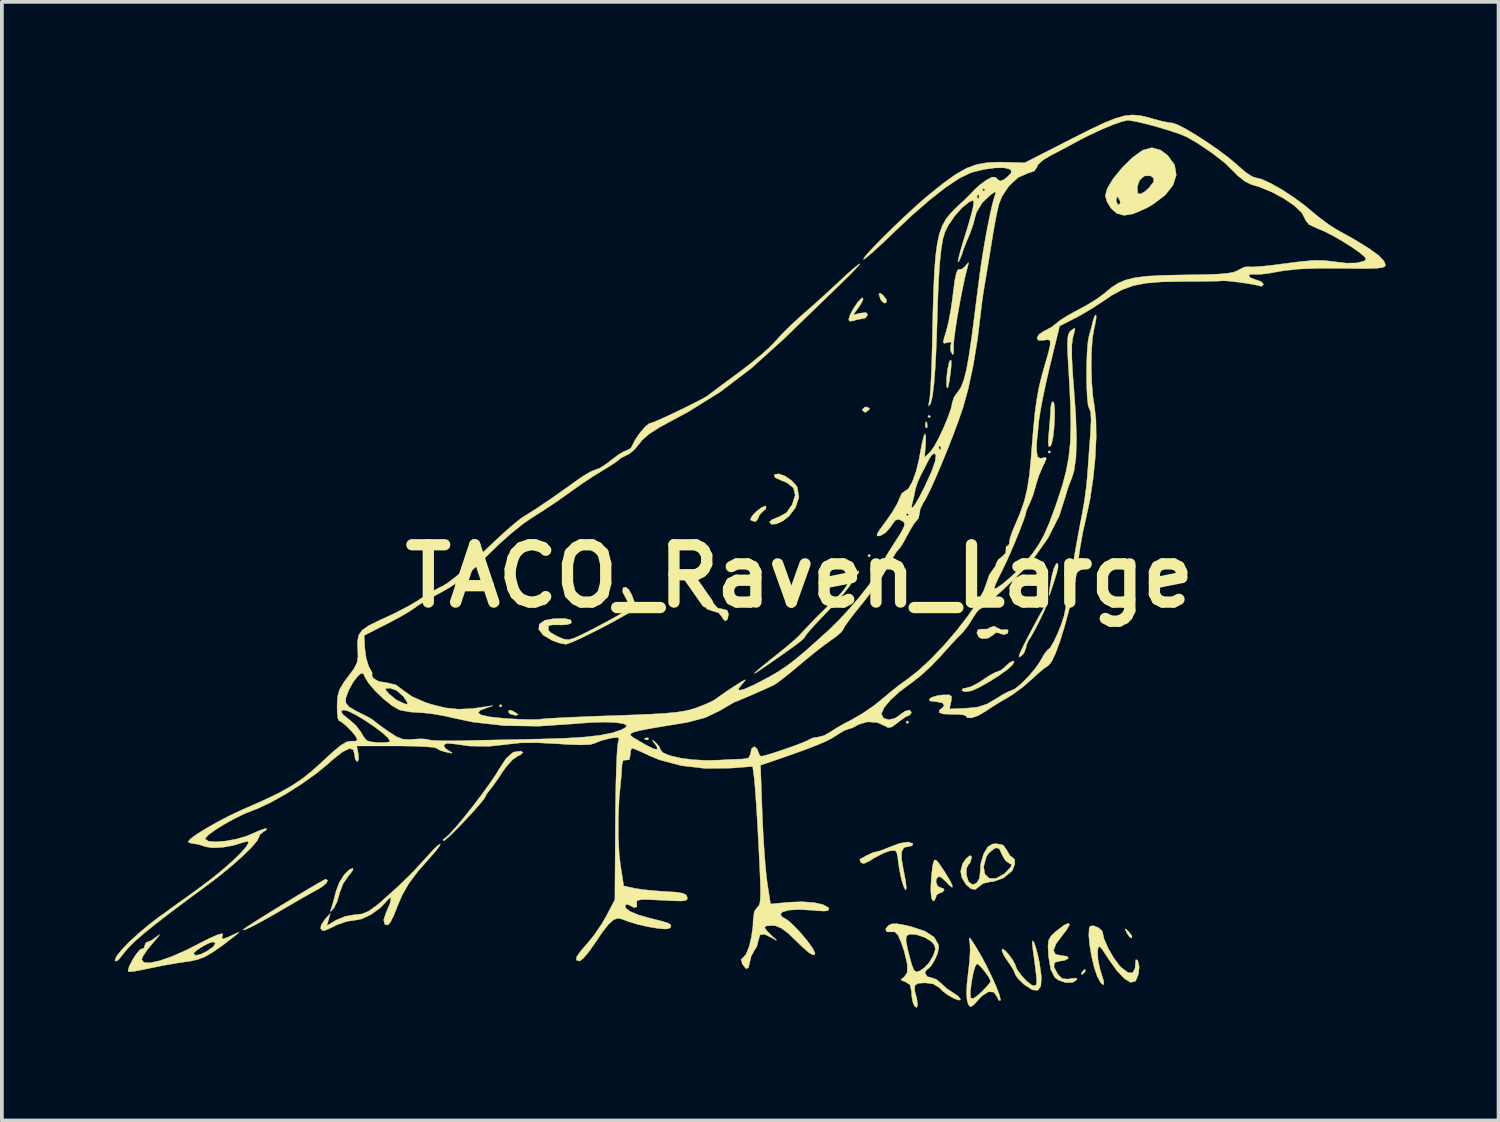
<source format=kicad_pcb>
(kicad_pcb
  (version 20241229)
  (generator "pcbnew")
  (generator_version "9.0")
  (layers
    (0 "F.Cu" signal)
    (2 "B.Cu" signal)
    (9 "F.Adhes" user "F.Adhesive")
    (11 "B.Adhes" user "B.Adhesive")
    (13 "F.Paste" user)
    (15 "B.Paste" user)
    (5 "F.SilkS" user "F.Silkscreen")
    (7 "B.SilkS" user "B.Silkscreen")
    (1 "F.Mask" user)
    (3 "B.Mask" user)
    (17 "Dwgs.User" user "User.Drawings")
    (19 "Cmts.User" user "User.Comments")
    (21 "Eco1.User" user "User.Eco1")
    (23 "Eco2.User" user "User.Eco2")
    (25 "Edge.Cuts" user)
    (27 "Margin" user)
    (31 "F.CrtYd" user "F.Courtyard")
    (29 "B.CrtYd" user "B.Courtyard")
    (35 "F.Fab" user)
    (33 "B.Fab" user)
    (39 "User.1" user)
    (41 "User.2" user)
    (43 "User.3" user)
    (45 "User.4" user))
  (footprint "TACO_Raven_Large"
    (layer "F.Cu")
    (at 18.206 12.267)
    (property "Reference" "TACO_Raven_Large" (at 0 0 0) (layer "F.SilkS") (effects (font (size 1.524 1.524) (thickness 0.3))))
    (attr through_hole)
    (fp_poly (pts (xy -7.91 3.447) (xy -7.947 3.483) (xy -7.983 3.447) (xy -7.947 3.411) (xy -7.91 3.447)) (stroke (width 0.01) (type solid)) (fill yes) (layer "F.SilkS"))
    (fp_poly (pts (xy 1.887 -0.544) (xy 1.851 -0.508) (xy 1.814 -0.544) (xy 1.851 -0.581) (xy 1.887 -0.544)) (stroke (width 0.01) (type solid)) (fill yes) (layer "F.SilkS"))
    (fp_poly (pts (xy 2.903 3.883) (xy 2.867 3.919) (xy 2.83 3.883) (xy 2.867 3.846) (xy 2.903 3.883)) (stroke (width 0.01) (type solid)) (fill yes) (layer "F.SilkS"))
    (fp_poly (pts (xy 3.483 -4.245) (xy 3.447 -4.209) (xy 3.411 -4.245) (xy 3.447 -4.282) (xy 3.483 -4.245)) (stroke (width 0.01) (type solid)) (fill yes) (layer "F.SilkS"))
    (fp_poly (pts (xy 6.677 -3.302) (xy 6.64 -3.266) (xy 6.604 -3.302) (xy 6.64 -3.338) (xy 6.677 -3.302)) (stroke (width 0.01) (type solid)) (fill yes) (layer "F.SilkS"))
    (fp_poly (pts (xy -5.757 0.677) (xy -5.749 0.763) (xy -5.757 0.774) (xy -5.8 0.764) (xy -5.806 0.726) (xy -5.779 0.666) (xy -5.757 0.677)) (stroke (width 0.01) (type solid)) (fill yes) (layer "F.SilkS"))
    (fp_poly (pts (xy -4.016 4.306) (xy -4.026 4.349) (xy -4.064 4.354) (xy -4.124 4.328) (xy -4.112 4.306) (xy -4.026 4.297) (xy -4.016 4.306)) (stroke (width 0.01) (type solid)) (fill yes) (layer "F.SilkS"))
    (fp_poly (pts (xy 3.388 -4.078) (xy 3.397 -3.964) (xy 3.382 -3.939) (xy 3.349 -3.96) (xy 3.344 -4.034) (xy 3.362 -4.111) (xy 3.388 -4.078)) (stroke (width 0.01) (type solid)) (fill yes) (layer "F.SilkS"))
    (fp_poly (pts (xy 8.675 9.381) (xy 8.75 9.451) (xy 8.834 9.56) (xy 8.837 9.62) (xy 8.777 9.598) (xy 8.706 9.495) (xy 8.651 9.38) (xy 8.675 9.381)) (stroke (width 0.01) (type solid)) (fill yes) (layer "F.SilkS"))
    (fp_poly (pts (xy -7.648 3.575) (xy -7.547 3.629) (xy -7.479 3.685) (xy -7.545 3.7) (xy -7.561 3.7) (xy -7.693 3.663) (xy -7.729 3.629) (xy -7.735 3.564) (xy -7.648 3.575)) (stroke (width 0.01) (type solid)) (fill yes) (layer "F.SilkS"))
    (fp_poly (pts (xy 1.574 -0.098) (xy 1.56 -0.073) (xy 1.492 -0.003) (xy 1.479 0) (xy 1.474 -0.047) (xy 1.488 -0.073) (xy 1.556 -0.142) (xy 1.569 -0.145) (xy 1.574 -0.098)) (stroke (width 0.01) (type solid)) (fill yes) (layer "F.SilkS"))
    (fp_poly (pts (xy 1.857 -4.464) (xy 1.851 -4.427) (xy 1.758 -4.357) (xy 1.737 -4.354) (xy 1.671 -4.41) (xy 1.669 -4.427) (xy 1.728 -4.491) (xy 1.782 -4.499) (xy 1.857 -4.464)) (stroke (width 0.01) (type solid)) (fill yes) (layer "F.SilkS"))
    (fp_poly (pts (xy 2.213 -7.475) (xy 2.307 -7.362) (xy 2.31 -7.277) (xy 2.257 -7.257) (xy 2.179 -7.315) (xy 2.149 -7.372) (xy 2.108 -7.508) (xy 2.143 -7.526) (xy 2.213 -7.475)) (stroke (width 0.01) (type solid)) (fill yes) (layer "F.SilkS"))
    (fp_poly (pts (xy 7.597 10.497) (xy 7.584 10.523) (xy 7.515 10.592) (xy 7.503 10.595) (xy 7.498 10.549) (xy 7.511 10.523) (xy 7.58 10.454) (xy 7.592 10.45) (xy 7.597 10.497)) (stroke (width 0.01) (type solid)) (fill yes) (layer "F.SilkS"))
    (fp_poly (pts (xy 4.034 -5.612) (xy 4.018 -5.443) (xy 3.983 -5.184) (xy 3.95 -5.031) (xy 3.923 -4.998) (xy 3.912 -5.05) (xy 3.909 -5.251) (xy 3.933 -5.481) (xy 3.974 -5.672) (xy 3.999 -5.733) (xy 4.031 -5.739) (xy 4.034 -5.612)) (stroke (width 0.01) (type solid)) (fill yes) (layer "F.SilkS"))
    (fp_poly (pts (xy -0.89 -1.858) (xy -0.898 -1.785) (xy -0.962 -1.733) (xy -1.068 -1.626) (xy -1.089 -1.557) (xy -1.147 -1.464) (xy -1.197 -1.451) (xy -1.294 -1.484) (xy -1.306 -1.511) (xy -1.258 -1.606) (xy -1.145 -1.722) (xy -1.014 -1.822) (xy -0.912 -1.865) (xy -0.89 -1.858)) (stroke (width 0.01) (type solid)) (fill yes) (layer "F.SilkS"))
    (fp_poly (pts (xy 6.874 -0.253) (xy 6.839 -0.087) (xy 6.831 -0.06) (xy 6.73 0.253) (xy 6.668 0.441) (xy 6.637 0.516) (xy 6.631 0.492) (xy 6.643 0.382) (xy 6.655 0.29) (xy 6.702 0.016) (xy 6.76 -0.199) (xy 6.82 -0.327) (xy 6.867 -0.342) (xy 6.874 -0.253)) (stroke (width 0.01) (type solid)) (fill yes) (layer "F.SilkS"))
    (fp_poly (pts (xy -2.324 0.647) (xy -2.286 0.726) (xy -2.179 0.848) (xy -2.063 0.871) (xy -1.923 0.908) (xy -1.887 1.012) (xy -1.917 1.152) (xy -1.981 1.193) (xy -2.044 1.118) (xy -2.052 1.093) (xy -2.153 0.973) (xy -2.296 0.931) (xy -2.463 0.874) (xy -2.527 0.744) (xy -2.504 0.614) (xy -2.42 0.581) (xy -2.324 0.647)) (stroke (width 0.01) (type solid)) (fill yes) (layer "F.SilkS"))
    (fp_poly (pts (xy 6.77 -4.579) (xy 6.784 -4.411) (xy 6.781 -4.181) (xy 6.766 -3.929) (xy 6.739 -3.696) (xy 6.703 -3.522) (xy 6.671 -3.455) (xy 6.627 -3.443) (xy 6.611 -3.533) (xy 6.622 -3.74) (xy 6.631 -3.839) (xy 6.655 -4.112) (xy 6.672 -4.348) (xy 6.677 -4.474) (xy 6.699 -4.605) (xy 6.739 -4.645) (xy 6.77 -4.579)) (stroke (width 0.01) (type solid)) (fill yes) (layer "F.SilkS"))
    (fp_poly (pts (xy 1.689 -7.351) (xy 1.623 -7.225) (xy 1.589 -7.173) (xy 1.426 -6.945) (xy 1.62 -6.993) (xy 1.771 -7.008) (xy 1.814 -6.948) (xy 1.754 -6.865) (xy 1.687 -6.848) (xy 1.508 -6.814) (xy 1.433 -6.788) (xy 1.326 -6.777) (xy 1.306 -6.824) (xy 1.344 -6.949) (xy 1.434 -7.117) (xy 1.545 -7.28) (xy 1.644 -7.386) (xy 1.68 -7.402) (xy 1.689 -7.351)) (stroke (width 0.01) (type solid)) (fill yes) (layer "F.SilkS"))
    (fp_poly (pts (xy -11.872 7.81) (xy -11.952 7.922) (xy -11.991 7.965) (xy -12.136 8.178) (xy -12.228 8.421) (xy -12.23 8.433) (xy -12.292 8.649) (xy -12.377 8.819) (xy -12.387 8.832) (xy -12.464 8.919) (xy -12.467 8.889) (xy -12.444 8.817) (xy -12.394 8.653) (xy -12.336 8.43) (xy -12.324 8.382) (xy -12.239 8.151) (xy -12.111 7.944) (xy -11.972 7.803) (xy -11.875 7.765) (xy -11.872 7.81)) (stroke (width 0.01) (type solid)) (fill yes) (layer "F.SilkS"))
    (fp_poly (pts (xy 5.258 1.376) (xy 5.379 1.43) (xy 5.435 1.42) (xy 5.529 1.424) (xy 5.546 1.443) (xy 5.538 1.516) (xy 5.448 1.554) (xy 5.342 1.534) (xy 5.318 1.515) (xy 5.221 1.501) (xy 5.155 1.557) (xy 5.012 1.651) (xy 4.849 1.663) (xy 4.766 1.621) (xy 4.713 1.51) (xy 4.744 1.42) (xy 4.835 1.409) (xy 4.988 1.406) (xy 5.053 1.371) (xy 5.17 1.328) (xy 5.258 1.376)) (stroke (width 0.01) (type solid)) (fill yes) (layer "F.SilkS"))
    (fp_poly (pts (xy 5.707 2.282) (xy 5.654 2.366) (xy 5.517 2.489) (xy 5.296 2.647) (xy 5.036 2.811) (xy 4.783 2.953) (xy 4.585 3.043) (xy 4.556 3.053) (xy 4.396 3.074) (xy 4.315 3.043) (xy 4.34 2.99) (xy 4.423 2.975) (xy 4.568 2.934) (xy 4.766 2.83) (xy 4.874 2.758) (xy 5.063 2.632) (xy 5.212 2.554) (xy 5.261 2.54) (xy 5.371 2.491) (xy 5.479 2.395) (xy 5.596 2.291) (xy 5.682 2.252) (xy 5.707 2.282)) (stroke (width 0.01) (type solid)) (fill yes) (layer "F.SilkS"))
    (fp_poly (pts (xy 6.572 0.771) (xy 6.492 0.953) (xy 6.383 1.178) (xy 6.267 1.405) (xy 6.164 1.593) (xy 6.094 1.698) (xy 6.091 1.702) (xy 6.031 1.83) (xy 6.023 1.892) (xy 5.971 2.039) (xy 5.913 2.106) (xy 5.835 2.157) (xy 5.842 2.095) (xy 5.855 2.06) (xy 5.915 1.927) (xy 6.017 1.723) (xy 6.144 1.479) (xy 6.28 1.224) (xy 6.41 0.987) (xy 6.517 0.799) (xy 6.586 0.689) (xy 6.603 0.675) (xy 6.572 0.771)) (stroke (width 0.01) (type solid)) (fill yes) (layer "F.SilkS"))
    (fp_poly (pts (xy -12.544 8.09) (xy -12.591 8.172) (xy -12.714 8.273) (xy -12.791 8.317) (xy -12.951 8.405) (xy -13.199 8.545) (xy -13.495 8.716) (xy -13.716 8.845) (xy -14.051 9.039) (xy -14.343 9.201) (xy -14.576 9.323) (xy -14.732 9.395) (xy -14.793 9.409) (xy -14.768 9.378) (xy -14.679 9.315) (xy -14.496 9.197) (xy -14.242 9.038) (xy -13.944 8.854) (xy -13.626 8.659) (xy -13.312 8.469) (xy -13.027 8.298) (xy -12.797 8.163) (xy -12.645 8.078) (xy -12.598 8.055) (xy -12.544 8.09)) (stroke (width 0.01) (type solid)) (fill yes) (layer "F.SilkS"))
    (fp_poly (pts (xy -0.391 -2.663) (xy -0.219 -2.549) (xy -0.087 -2.408) (xy -0.06 -2.36) (xy -0.017 -2.099) (xy -0.107 -1.823) (xy -0.288 -1.587) (xy -0.45 -1.463) (xy -0.615 -1.389) (xy -0.745 -1.378) (xy -0.798 -1.44) (xy -0.798 -1.441) (xy -0.736 -1.5) (xy -0.584 -1.563) (xy -0.562 -1.569) (xy -0.349 -1.685) (xy -0.195 -1.903) (xy -0.115 -2.157) (xy -0.162 -2.347) (xy -0.342 -2.488) (xy -0.478 -2.542) (xy -0.647 -2.618) (xy -0.677 -2.689) (xy -0.668 -2.699) (xy -0.556 -2.721) (xy -0.391 -2.663)) (stroke (width 0.01) (type solid)) (fill yes) (layer "F.SilkS"))
    (fp_poly (pts (xy 3.705 7.633) (xy 3.837 7.828) (xy 3.862 7.866) (xy 3.998 8.091) (xy 4.064 8.231) (xy 4.057 8.276) (xy 3.978 8.214) (xy 3.899 8.128) (xy 3.781 8.019) (xy 3.702 7.983) (xy 3.642 8.044) (xy 3.629 8.128) (xy 3.674 8.246) (xy 3.737 8.273) (xy 3.834 8.312) (xy 3.846 8.346) (xy 3.788 8.41) (xy 3.737 8.418) (xy 3.641 8.476) (xy 3.629 8.527) (xy 3.587 8.624) (xy 3.552 8.636) (xy 3.51 8.568) (xy 3.49 8.382) (xy 3.492 8.219) (xy 3.509 7.955) (xy 3.534 7.728) (xy 3.553 7.63) (xy 3.583 7.55) (xy 3.627 7.546) (xy 3.705 7.633)) (stroke (width 0.01) (type solid)) (fill yes) (layer "F.SilkS"))
    (fp_poly (pts (xy 4.494 -8.315) (xy 4.472 -8.237) (xy 4.408 -7.986) (xy 4.336 -7.657) (xy 4.264 -7.287) (xy 4.198 -6.911) (xy 4.143 -6.564) (xy 4.106 -6.281) (xy 4.094 -6.099) (xy 4.095 -6.081) (xy 4.095 -5.917) (xy 4.067 -5.89) (xy 4.019 -5.984) (xy 4.012 -6.128) (xy 4.03 -6.173) (xy 4.03 -6.226) (xy 3.934 -6.21) (xy 3.849 -6.189) (xy 3.82 -6.22) (xy 3.843 -6.334) (xy 3.899 -6.51) (xy 3.959 -6.746) (xy 4.02 -7.067) (xy 4.071 -7.418) (xy 4.083 -7.528) (xy 4.127 -7.862) (xy 4.172 -8.074) (xy 4.218 -8.154) (xy 4.229 -8.152) (xy 4.324 -8.166) (xy 4.409 -8.244) (xy 4.485 -8.338) (xy 4.494 -8.315)) (stroke (width 0.01) (type solid)) (fill yes) (layer "F.SilkS"))
    (fp_poly (pts (xy -7.352 4.684) (xy -7.415 4.748) (xy -7.49 4.782) (xy -7.63 4.88) (xy -7.793 5.06) (xy -7.894 5.201) (xy -8.039 5.42) (xy -8.171 5.603) (xy -8.231 5.679) (xy -8.321 5.794) (xy -8.346 5.849) (xy -8.393 5.927) (xy -8.517 6.08) (xy -8.694 6.28) (xy -8.897 6.499) (xy -9.102 6.712) (xy -9.282 6.89) (xy -9.412 7.006) (xy -9.463 7.037) (xy -9.48 7.008) (xy -9.427 6.967) (xy -9.316 6.869) (xy -9.143 6.679) (xy -8.928 6.423) (xy -8.693 6.127) (xy -8.457 5.818) (xy -8.243 5.522) (xy -8.069 5.266) (xy -7.99 5.134) (xy -7.798 4.844) (xy -7.628 4.693) (xy -7.575 4.672) (xy -7.411 4.652) (xy -7.352 4.684)) (stroke (width 0.01) (type solid)) (fill yes) (layer "F.SilkS"))
    (fp_poly (pts (xy 1.409 0.12) (xy 1.335 0.256) (xy 1.171 0.468) (xy 0.926 0.746) (xy 0.673 1.013) (xy 0.454 1.242) (xy 0.28 1.434) (xy 0.171 1.566) (xy 0.145 1.609) (xy 0.116 1.653) (xy 0.019 1.738) (xy -0.157 1.871) (xy -0.425 2.062) (xy -0.795 2.32) (xy -1.016 2.472) (xy -1.159 2.566) (xy -1.208 2.588) (xy -1.161 2.541) (xy -1.013 2.417) (xy -0.797 2.241) (xy -0.559 2.05) (xy -0.553 2.045) (xy -0.331 1.864) (xy -0.145 1.706) (xy -0.032 1.602) (xy -0.027 1.597) (xy 0.397 1.147) (xy 0.786 0.762) (xy 0.924 0.633) (xy 1.101 0.455) (xy 1.23 0.292) (xy 1.271 0.216) (xy 1.337 0.099) (xy 1.385 0.073) (xy 1.409 0.12)) (stroke (width 0.01) (type solid)) (fill yes) (layer "F.SilkS"))
    (fp_poly (pts (xy 7.176 9.271) (xy 7.098 9.408) (xy 7.009 9.52) (xy 6.819 9.774) (xy 6.752 9.952) (xy 6.807 10.056) (xy 6.971 10.087) (xy 7.116 10.107) (xy 7.15 10.158) (xy 7.148 10.16) (xy 7.048 10.216) (xy 6.926 10.233) (xy 6.783 10.271) (xy 6.762 10.387) (xy 6.864 10.581) (xy 6.865 10.583) (xy 6.981 10.699) (xy 7.133 10.713) (xy 7.201 10.701) (xy 7.351 10.683) (xy 7.376 10.724) (xy 7.371 10.733) (xy 7.253 10.803) (xy 7.07 10.804) (xy 6.884 10.742) (xy 6.783 10.665) (xy 6.679 10.458) (xy 6.621 10.121) (xy 6.617 10.079) (xy 6.605 9.832) (xy 6.622 9.678) (xy 6.687 9.566) (xy 6.815 9.445) (xy 6.831 9.432) (xy 7.033 9.278) (xy 7.151 9.226) (xy 7.176 9.271)) (stroke (width 0.01) (type solid)) (fill yes) (layer "F.SilkS"))
    (fp_poly (pts (xy 3.008 7.108) (xy 3.014 7.116) (xy 2.99 7.17) (xy 2.905 7.185) (xy 2.777 7.216) (xy 2.715 7.323) (xy 2.713 7.524) (xy 2.768 7.839) (xy 2.776 7.874) (xy 2.821 8.111) (xy 2.839 8.28) (xy 2.826 8.346) (xy 2.826 8.346) (xy 2.78 8.281) (xy 2.725 8.116) (xy 2.691 7.979) (xy 2.645 7.74) (xy 2.617 7.542) (xy 2.613 7.476) (xy 2.581 7.34) (xy 2.545 7.297) (xy 2.426 7.296) (xy 2.228 7.365) (xy 1.99 7.489) (xy 1.874 7.563) (xy 1.71 7.644) (xy 1.631 7.616) (xy 1.601 7.535) (xy 1.607 7.524) (xy 1.683 7.483) (xy 1.795 7.42) (xy 1.947 7.351) (xy 2.033 7.33) (xy 2.143 7.302) (xy 2.324 7.233) (xy 2.379 7.209) (xy 2.668 7.101) (xy 2.886 7.067) (xy 3.008 7.108)) (stroke (width 0.01) (type solid)) (fill yes) (layer "F.SilkS"))
    (fp_poly (pts (xy 6.238 9.748) (xy 6.288 9.897) (xy 6.345 10.118) (xy 6.38 10.289) (xy 6.431 10.659) (xy 6.415 10.9) (xy 6.334 11.013) (xy 6.187 10.998) (xy 5.972 10.856) (xy 5.956 10.843) (xy 5.815 10.706) (xy 5.738 10.597) (xy 5.733 10.578) (xy 5.692 10.475) (xy 5.59 10.315) (xy 5.552 10.262) (xy 5.434 10.085) (xy 5.38 9.961) (xy 5.391 9.91) (xy 5.466 9.955) (xy 5.554 10.051) (xy 5.669 10.207) (xy 5.73 10.32) (xy 5.733 10.335) (xy 5.781 10.455) (xy 5.897 10.615) (xy 6.04 10.769) (xy 6.169 10.87) (xy 6.218 10.886) (xy 6.264 10.883) (xy 6.294 10.858) (xy 6.305 10.79) (xy 6.298 10.656) (xy 6.272 10.433) (xy 6.228 10.098) (xy 6.201 9.906) (xy 6.186 9.736) (xy 6.201 9.689) (xy 6.238 9.748)) (stroke (width 0.01) (type solid)) (fill yes) (layer "F.SilkS"))
    (fp_poly (pts (xy 7.95 9.349) (xy 8.044 9.431) (xy 8.055 9.466) (xy 8.097 9.648) (xy 8.204 9.891) (xy 8.349 10.143) (xy 8.504 10.353) (xy 8.553 10.404) (xy 8.735 10.541) (xy 8.858 10.546) (xy 8.92 10.42) (xy 8.927 10.319) (xy 8.94 10.196) (xy 8.98 10.207) (xy 8.993 10.226) (xy 9.03 10.385) (xy 9.008 10.589) (xy 8.939 10.754) (xy 8.923 10.772) (xy 8.805 10.799) (xy 8.64 10.703) (xy 8.44 10.493) (xy 8.237 10.21) (xy 8.088 9.983) (xy 8 9.865) (xy 7.954 9.844) (xy 7.934 9.906) (xy 7.925 9.985) (xy 7.935 10.195) (xy 7.988 10.449) (xy 8.012 10.526) (xy 8.083 10.758) (xy 8.092 10.861) (xy 8.039 10.84) (xy 7.995 10.791) (xy 7.912 10.636) (xy 7.832 10.395) (xy 7.764 10.108) (xy 7.715 9.816) (xy 7.69 9.556) (xy 7.699 9.369) (xy 7.726 9.304) (xy 7.82 9.295) (xy 7.95 9.349)) (stroke (width 0.01) (type solid)) (fill yes) (layer "F.SilkS"))
    (fp_poly (pts (xy 9.602 -11.325) (xy 9.789 -11.183) (xy 9.971 -10.935) (xy 10.016 -10.667) (xy 9.929 -10.393) (xy 9.716 -10.125) (xy 9.381 -9.874) (xy 9.203 -9.775) (xy 8.875 -9.634) (xy 8.628 -9.591) (xy 8.434 -9.645) (xy 8.291 -9.768) (xy 8.177 -9.945) (xy 8.168 -9.979) (xy 8.418 -9.979) (xy 8.456 -9.882) (xy 8.489 -9.87) (xy 8.529 -9.923) (xy 8.517 -9.979) (xy 8.466 -10.074) (xy 8.447 -10.087) (xy 8.421 -10.028) (xy 8.418 -9.979) (xy 8.168 -9.979) (xy 8.128 -10.115) (xy 8.128 -10.119) (xy 8.183 -10.309) (xy 8.21 -10.354) (xy 8.979 -10.354) (xy 8.993 -10.178) (xy 9.057 -10.157) (xy 9.179 -10.222) (xy 9.286 -10.319) (xy 9.41 -10.479) (xy 9.416 -10.581) (xy 9.323 -10.643) (xy 9.167 -10.639) (xy 9.043 -10.529) (xy 8.979 -10.354) (xy 8.21 -10.354) (xy 8.332 -10.558) (xy 8.557 -10.837) (xy 8.836 -11.116) (xy 8.842 -11.122) (xy 9.119 -11.323) (xy 9.366 -11.391) (xy 9.602 -11.325)) (stroke (width 0.01) (type solid)) (fill yes) (layer "F.SilkS"))
    (fp_poly (pts (xy 4.591 9.704) (xy 4.674 9.833) (xy 4.821 10.08) (xy 4.973 10.366) (xy 5.116 10.659) (xy 5.235 10.928) (xy 5.316 11.14) (xy 5.344 11.265) (xy 5.342 11.277) (xy 5.299 11.282) (xy 5.258 11.194) (xy 5.166 11.059) (xy 5.022 11.049) (xy 4.846 11.162) (xy 4.765 11.249) (xy 4.622 11.407) (xy 4.538 11.452) (xy 4.486 11.385) (xy 4.454 11.273) (xy 4.44 11.108) (xy 4.441 11.085) (xy 4.54 11.085) (xy 4.551 11.213) (xy 4.613 11.233) (xy 4.742 11.143) (xy 4.86 11.033) (xy 4.996 10.891) (xy 5.073 10.79) (xy 5.08 10.772) (xy 5.039 10.675) (xy 4.941 10.532) (xy 4.827 10.394) (xy 4.736 10.311) (xy 4.719 10.305) (xy 4.672 10.37) (xy 4.621 10.539) (xy 4.576 10.769) (xy 4.545 11.018) (xy 4.54 11.085) (xy 4.441 11.085) (xy 4.45 10.852) (xy 4.482 10.558) (xy 4.486 10.529) (xy 4.52 10.23) (xy 4.536 9.959) (xy 4.529 9.771) (xy 4.527 9.761) (xy 4.509 9.638) (xy 4.525 9.616) (xy 4.591 9.704)) (stroke (width 0.01) (type solid)) (fill yes) (layer "F.SilkS"))
    (fp_poly (pts (xy -4.542 0.352) (xy -4.458 0.5) (xy -4.394 0.676) (xy -4.375 0.823) (xy -4.387 0.865) (xy -4.472 0.933) (xy -4.659 1.047) (xy -4.915 1.191) (xy -5.212 1.349) (xy -5.518 1.505) (xy -5.803 1.644) (xy -6.036 1.75) (xy -6.187 1.806) (xy -6.217 1.811) (xy -6.377 1.781) (xy -6.568 1.714) (xy -6.816 1.568) (xy -6.932 1.416) (xy -6.92 1.278) (xy -6.779 1.175) (xy -6.524 1.128) (xy -6.233 1.127) (xy -6.08 1.165) (xy -6.064 1.241) (xy -6.068 1.246) (xy -6.161 1.286) (xy -6.34 1.299) (xy -6.393 1.296) (xy -6.571 1.295) (xy -6.669 1.317) (xy -6.675 1.327) (xy -6.677 1.436) (xy -6.617 1.5) (xy -6.468 1.587) (xy -6.414 1.613) (xy -6.263 1.675) (xy -6.144 1.69) (xy -6.005 1.653) (xy -5.797 1.558) (xy -5.742 1.531) (xy -5.426 1.371) (xy -5.116 1.206) (xy -4.843 1.055) (xy -4.64 0.934) (xy -4.543 0.866) (xy -4.531 0.767) (xy -4.597 0.623) (xy -4.702 0.423) (xy -4.695 0.313) (xy -4.623 0.29) (xy -4.542 0.352)) (stroke (width 0.01) (type solid)) (fill yes) (layer "F.SilkS"))
    (fp_poly (pts (xy -9.577 7.184) (xy -9.682 7.322) (xy -9.82 7.479) (xy -10.148 7.851) (xy -10.386 8.17) (xy -10.559 8.47) (xy -10.667 8.72) (xy -10.787 9.02) (xy -10.876 9.199) (xy -10.946 9.275) (xy -11.01 9.264) (xy -11.028 9.248) (xy -11.056 9.139) (xy -10.992 8.943) (xy -10.965 8.886) (xy -10.891 8.707) (xy -10.862 8.582) (xy -10.879 8.539) (xy -10.944 8.602) (xy -11.141 8.814) (xy -11.391 8.995) (xy -11.642 9.114) (xy -11.798 9.144) (xy -12.03 9.178) (xy -12.284 9.264) (xy -12.337 9.289) (xy -12.535 9.387) (xy -12.643 9.426) (xy -12.699 9.412) (xy -12.732 9.369) (xy -12.717 9.275) (xy -12.627 9.138) (xy -12.623 9.133) (xy -12.475 8.963) (xy -12.52 9.128) (xy -12.566 9.294) (xy -12.325 9.147) (xy -12.083 9.046) (xy -11.821 8.999) (xy -11.804 8.999) (xy -11.627 8.98) (xy -11.459 8.909) (xy -11.257 8.765) (xy -11.124 8.654) (xy -10.658 8.237) (xy -10.264 7.85) (xy -9.893 7.445) (xy -9.889 7.44) (xy -9.727 7.264) (xy -9.604 7.148) (xy -9.549 7.119) (xy -9.577 7.184)) (stroke (width 0.01) (type solid)) (fill yes) (layer "F.SilkS"))
    (fp_poly (pts (xy 5.414 7.15) (xy 5.513 7.288) (xy 5.515 7.293) (xy 5.591 7.428) (xy 5.659 7.475) (xy 5.721 7.531) (xy 5.721 7.661) (xy 5.663 7.811) (xy 5.64 7.844) (xy 5.424 8.024) (xy 5.149 8.121) (xy 5.057 8.128) (xy 4.882 8.17) (xy 4.79 8.237) (xy 4.676 8.332) (xy 4.559 8.312) (xy 4.427 8.201) (xy 4.317 8.018) (xy 4.282 7.849) (xy 4.333 7.646) (xy 4.427 7.511) (xy 4.532 7.428) (xy 4.569 7.446) (xy 4.572 7.496) (xy 4.532 7.624) (xy 4.499 7.656) (xy 4.439 7.766) (xy 4.436 7.941) (xy 4.489 8.113) (xy 4.498 8.128) (xy 4.599 8.201) (xy 4.704 8.161) (xy 4.783 8.037) (xy 4.803 7.856) (xy 4.803 7.851) (xy 4.812 7.723) (xy 4.894 7.723) (xy 4.927 7.922) (xy 5.042 8.032) (xy 5.218 8.038) (xy 5.43 7.922) (xy 5.501 7.858) (xy 5.618 7.727) (xy 5.635 7.661) (xy 5.575 7.636) (xy 5.468 7.556) (xy 5.379 7.396) (xy 5.378 7.394) (xy 5.312 7.25) (xy 5.235 7.222) (xy 5.164 7.251) (xy 5.021 7.372) (xy 4.967 7.455) (xy 4.894 7.723) (xy 4.812 7.723) (xy 4.819 7.633) (xy 4.89 7.396) (xy 4.902 7.37) (xy 5.009 7.193) (xy 5.134 7.121) (xy 5.235 7.112) (xy 5.414 7.15)) (stroke (width 0.01) (type solid)) (fill yes) (layer "F.SilkS"))
    (fp_poly (pts (xy -14.977 9.536) (xy -14.986 9.544) (xy -15.333 9.811) (xy -15.6 9.998) (xy -15.815 10.121) (xy -16.007 10.195) (xy -16.204 10.237) (xy -16.256 10.244) (xy -16.537 10.285) (xy -16.883 10.345) (xy -17.199 10.408) (xy -17.507 10.472) (xy -17.7 10.507) (xy -17.804 10.518) (xy -17.846 10.507) (xy -17.853 10.484) (xy -17.819 10.368) (xy -17.736 10.208) (xy -17.634 10.048) (xy -17.54 9.934) (xy -17.487 9.908) (xy -17.427 9.89) (xy -17.417 9.838) (xy -17.372 9.739) (xy -17.331 9.725) (xy -17.222 9.68) (xy -17.072 9.572) (xy -17.06 9.561) (xy -17.01 9.526) (xy -17.048 9.584) (xy -17.168 9.724) (xy -17.183 9.741) (xy -17.344 9.937) (xy -17.455 10.104) (xy -17.49 10.193) (xy -17.43 10.271) (xy -17.263 10.279) (xy -17.004 10.223) (xy -16.672 10.105) (xy -16.51 10.033) (xy -16.11 10.033) (xy -16.058 10.085) (xy -15.911 10.05) (xy -15.741 9.963) (xy -15.586 9.851) (xy -15.53 9.764) (xy -15.584 9.725) (xy -15.597 9.725) (xy -15.709 9.759) (xy -15.866 9.841) (xy -16.016 9.937) (xy -16.104 10.017) (xy -16.11 10.033) (xy -16.51 10.033) (xy -16.283 9.932) (xy -16.044 9.81) (xy -15.692 9.631) (xy -15.46 9.529) (xy -15.346 9.503) (xy -15.334 9.531) (xy -15.359 9.622) (xy -15.318 9.643) (xy -15.188 9.594) (xy -15.073 9.541) (xy -14.929 9.474) (xy -14.901 9.472) (xy -14.977 9.536)) (stroke (width 0.01) (type solid)) (fill yes) (layer "F.SilkS"))
    (fp_poly (pts (xy 2.813 9.281) (xy 2.959 9.315) (xy 3.338 9.44) (xy 3.58 9.6) (xy 3.692 9.797) (xy 3.701 9.885) (xy 3.669 10.033) (xy 3.59 10.212) (xy 3.493 10.368) (xy 3.408 10.448) (xy 3.395 10.45) (xy 3.345 10.509) (xy 3.338 10.559) (xy 3.399 10.648) (xy 3.484 10.668) (xy 3.639 10.721) (xy 3.756 10.819) (xy 3.918 10.967) (xy 4.082 11.075) (xy 4.222 11.17) (xy 4.282 11.254) (xy 4.282 11.255) (xy 4.231 11.274) (xy 4.107 11.228) (xy 3.95 11.139) (xy 3.801 11.029) (xy 3.715 10.94) (xy 3.551 10.839) (xy 3.334 10.813) (xy 3.151 10.825) (xy 3.066 10.882) (xy 3.062 11.016) (xy 3.116 11.231) (xy 3.141 11.391) (xy 3.116 11.467) (xy 3.061 11.436) (xy 3.019 11.351) (xy 2.986 11.193) (xy 2.975 11.033) (xy 2.937 10.863) (xy 2.812 10.784) (xy 2.701 10.743) (xy 2.721 10.698) (xy 2.778 10.662) (xy 2.862 10.539) (xy 2.864 10.313) (xy 2.784 9.978) (xy 2.703 9.737) (xy 2.678 9.681) (xy 2.829 9.681) (xy 2.87 9.904) (xy 2.907 10.051) (xy 2.982 10.324) (xy 3.042 10.475) (xy 3.108 10.524) (xy 3.203 10.49) (xy 3.312 10.417) (xy 3.448 10.274) (xy 3.557 10.085) (xy 3.611 9.918) (xy 3.585 9.806) (xy 3.508 9.717) (xy 3.339 9.609) (xy 3.119 9.535) (xy 3.098 9.531) (xy 2.935 9.518) (xy 2.848 9.56) (xy 2.829 9.681) (xy 2.678 9.681) (xy 2.616 9.54) (xy 2.532 9.458) (xy 2.456 9.458) (xy 2.317 9.458) (xy 2.288 9.382) (xy 2.361 9.287) (xy 2.45 9.244) (xy 2.589 9.241) (xy 2.813 9.281)) (stroke (width 0.01) (type solid)) (fill yes) (layer "F.SilkS"))
    (fp_poly (pts (xy 7.882 -6.946) (xy 7.887 -6.86) (xy 7.856 -6.686) (xy 7.833 -6.593) (xy 7.788 -6.332) (xy 7.762 -5.974) (xy 7.756 -5.562) (xy 7.769 -5.144) (xy 7.801 -4.766) (xy 7.836 -4.539) (xy 7.88 -4.169) (xy 7.887 -3.696) (xy 7.862 -3.158) (xy 7.805 -2.592) (xy 7.722 -2.037) (xy 7.613 -1.528) (xy 7.612 -1.524) (xy 7.534 -1.177) (xy 7.46 -0.768) (xy 7.404 -0.379) (xy 7.4 -0.34) (xy 7.342 0.059) (xy 7.258 0.49) (xy 7.156 0.929) (xy 7.042 1.351) (xy 6.924 1.731) (xy 6.808 2.046) (xy 6.703 2.269) (xy 6.614 2.378) (xy 6.605 2.383) (xy 6.509 2.446) (xy 6.348 2.581) (xy 6.179 2.737) (xy 5.937 2.947) (xy 5.673 3.142) (xy 5.515 3.239) (xy 5.263 3.386) (xy 5.016 3.544) (xy 4.942 3.595) (xy 4.748 3.709) (xy 4.573 3.769) (xy 4.455 3.765) (xy 4.427 3.719) (xy 4.362 3.69) (xy 4.195 3.674) (xy 4.064 3.674) (xy 3.824 3.665) (xy 3.709 3.624) (xy 3.725 3.555) (xy 3.774 3.52) (xy 3.848 3.434) (xy 3.793 3.367) (xy 3.627 3.338) (xy 3.614 3.338) (xy 3.47 3.319) (xy 3.444 3.274) (xy 3.519 3.22) (xy 3.674 3.174) (xy 3.808 3.158) (xy 3.98 3.156) (xy 4.043 3.198) (xy 4.033 3.312) (xy 4.028 3.336) (xy 3.986 3.53) (xy 4.426 3.512) (xy 4.736 3.481) (xy 4.982 3.4) (xy 5.204 3.271) (xy 5.403 3.147) (xy 5.559 3.065) (xy 5.619 3.046) (xy 5.734 2.991) (xy 5.902 2.852) (xy 6.091 2.662) (xy 6.267 2.454) (xy 6.399 2.262) (xy 6.416 2.23) (xy 6.512 2.063) (xy 6.587 1.968) (xy 6.603 1.959) (xy 6.668 1.897) (xy 6.762 1.736) (xy 6.865 1.516) (xy 6.961 1.276) (xy 7.032 1.055) (xy 7.048 0.983) (xy 7.082 0.796) (xy 7.132 0.506) (xy 7.192 0.153) (xy 7.254 -0.218) (xy 7.322 -0.624) (xy 7.395 -1.034) (xy 7.462 -1.396) (xy 7.509 -1.633) (xy 7.572 -1.991) (xy 7.626 -2.387) (xy 7.65 -2.649) (xy 7.674 -2.979) (xy 7.702 -3.373) (xy 7.731 -3.751) (xy 7.733 -3.783) (xy 7.751 -4.144) (xy 7.74 -4.368) (xy 7.701 -4.458) (xy 7.671 -4.546) (xy 7.649 -4.746) (xy 7.635 -5.023) (xy 7.63 -5.343) (xy 7.634 -5.674) (xy 7.646 -5.982) (xy 7.668 -6.232) (xy 7.696 -6.384) (xy 7.757 -6.601) (xy 7.799 -6.776) (xy 7.842 -6.911) (xy 7.882 -6.947) (xy 7.882 -6.946)) (stroke (width 0.01) (type solid)) (fill yes) (layer "F.SilkS"))
    (fp_poly (pts (xy 9.054 -12.245) (xy 9.277 -12.194) (xy 9.405 -12.156) (xy 9.641 -12.093) (xy 9.841 -12.054) (xy 9.908 -12.048) (xy 10.042 -12.006) (xy 10.262 -11.893) (xy 10.538 -11.729) (xy 10.844 -11.531) (xy 11.149 -11.319) (xy 11.426 -11.11) (xy 11.645 -10.925) (xy 11.672 -10.899) (xy 11.861 -10.736) (xy 12.028 -10.626) (xy 12.115 -10.595) (xy 12.287 -10.553) (xy 12.538 -10.437) (xy 12.836 -10.269) (xy 13.146 -10.066) (xy 13.437 -9.85) (xy 13.554 -9.752) (xy 13.804 -9.545) (xy 14.057 -9.356) (xy 14.259 -9.226) (xy 14.263 -9.224) (xy 14.763 -8.944) (xy 15.136 -8.714) (xy 15.392 -8.528) (xy 15.536 -8.38) (xy 15.579 -8.272) (xy 15.56 -8.232) (xy 15.491 -8.203) (xy 15.351 -8.186) (xy 15.122 -8.178) (xy 14.784 -8.178) (xy 14.412 -8.183) (xy 13.784 -8.184) (xy 13.28 -8.164) (xy 12.881 -8.122) (xy 12.719 -8.094) (xy 12.449 -8.046) (xy 12.227 -8.021) (xy 12.098 -8.024) (xy 12.092 -8.026) (xy 11.977 -8.023) (xy 11.947 -7.997) (xy 11.978 -7.937) (xy 12.111 -7.887) (xy 12.121 -7.885) (xy 12.273 -7.83) (xy 12.337 -7.76) (xy 12.337 -7.759) (xy 12.285 -7.707) (xy 12.24 -7.714) (xy 12.113 -7.745) (xy 11.903 -7.781) (xy 11.659 -7.816) (xy 11.431 -7.842) (xy 11.269 -7.853) (xy 11.226 -7.85) (xy 11.135 -7.844) (xy 10.927 -7.839) (xy 10.63 -7.836) (xy 10.273 -7.833) (xy 10.15 -7.833) (xy 9.625 -7.823) (xy 9.211 -7.789) (xy 8.872 -7.723) (xy 8.577 -7.615) (xy 8.289 -7.458) (xy 8.059 -7.302) (xy 7.799 -7.131) (xy 7.495 -6.951) (xy 7.322 -6.858) (xy 6.915 -6.65) (xy 6.657 -5.593) (xy 6.56 -5.177) (xy 6.474 -4.77) (xy 6.406 -4.412) (xy 6.364 -4.143) (xy 6.358 -4.087) (xy 6.335 -3.842) (xy 6.316 -3.656) (xy 6.307 -3.579) (xy 6.302 -3.469) (xy 6.305 -3.312) (xy 6.33 -3.166) (xy 6.405 -3.131) (xy 6.457 -3.141) (xy 6.544 -3.158) (xy 6.561 -3.122) (xy 6.511 -3.004) (xy 6.465 -2.914) (xy 6.361 -2.668) (xy 6.283 -2.419) (xy 6.278 -2.395) (xy 6.209 -2.155) (xy 6.122 -1.942) (xy 6.053 -1.797) (xy 6.027 -1.725) (xy 6.027 -1.724) (xy 6.009 -1.638) (xy 5.944 -1.451) (xy 5.846 -1.196) (xy 5.728 -0.906) (xy 5.602 -0.611) (xy 5.483 -0.346) (xy 5.389 -0.154) (xy 5.275 0.076) (xy 5.198 0.25) (xy 5.174 0.335) (xy 5.175 0.337) (xy 5.245 0.314) (xy 5.387 0.214) (xy 5.57 0.062) (xy 5.764 -0.115) (xy 5.938 -0.292) (xy 6.001 -0.363) (xy 6.205 -0.617) (xy 6.367 -0.853) (xy 6.505 -1.106) (xy 6.638 -1.411) (xy 6.784 -1.805) (xy 6.857 -2.014) (xy 6.99 -2.423) (xy 7.089 -2.799) (xy 7.157 -3.168) (xy 7.198 -3.56) (xy 7.212 -4.001) (xy 7.203 -4.52) (xy 7.173 -5.146) (xy 7.158 -5.408) (xy 7.134 -5.818) (xy 7.123 -6.106) (xy 7.126 -6.299) (xy 7.145 -6.419) (xy 7.18 -6.491) (xy 7.212 -6.524) (xy 7.296 -6.588) (xy 7.323 -6.576) (xy 7.299 -6.462) (xy 7.263 -6.333) (xy 7.239 -6.139) (xy 7.239 -5.813) (xy 7.263 -5.365) (xy 7.29 -5.028) (xy 7.344 -4.267) (xy 7.364 -3.643) (xy 7.348 -3.151) (xy 7.296 -2.789) (xy 7.237 -2.608) (xy 7.15 -2.388) (xy 7.09 -2.19) (xy 7.087 -2.177) (xy 6.904 -1.6) (xy 6.606 -1.014) (xy 6.215 -0.46) (xy 5.932 -0.145) (xy 5.666 0.117) (xy 5.401 0.368) (xy 5.159 0.588) (xy 4.962 0.757) (xy 4.833 0.855) (xy 4.798 0.871) (xy 4.732 0.928) (xy 4.632 1.072) (xy 4.59 1.143) (xy 4.461 1.344) (xy 4.332 1.504) (xy 4.304 1.531) (xy 4.197 1.638) (xy 4.026 1.821) (xy 3.823 2.046) (xy 3.756 2.122) (xy 3.506 2.384) (xy 3.228 2.639) (xy 2.978 2.837) (xy 2.947 2.858) (xy 2.657 3.073) (xy 2.416 3.295) (xy 2.248 3.496) (xy 2.178 3.653) (xy 2.177 3.666) (xy 2.233 3.777) (xy 2.369 3.817) (xy 2.535 3.78) (xy 2.642 3.708) (xy 2.801 3.591) (xy 2.923 3.559) (xy 2.975 3.621) (xy 2.975 3.629) (xy 2.924 3.699) (xy 2.908 3.701) (xy 2.815 3.744) (xy 2.664 3.852) (xy 2.617 3.89) (xy 2.46 4.007) (xy 2.357 4.029) (xy 2.28 3.987) (xy 2.071 3.892) (xy 1.811 3.874) (xy 1.578 3.938) (xy 1.551 3.954) (xy 1.398 4.036) (xy 1.302 4.064) (xy 1.192 4.103) (xy 1.03 4.199) (xy 1.005 4.217) (xy 0.867 4.305) (xy 0.689 4.396) (xy 0.45 4.498) (xy 0.131 4.62) (xy -0.289 4.771) (xy -0.719 4.919) (xy -1.038 5.028) (xy -0.992 6.304) (xy -0.971 6.771) (xy -0.943 7.234) (xy -0.912 7.655) (xy -0.879 7.994) (xy -0.859 8.148) (xy -0.772 8.715) (xy -0.295 8.67) (xy 0.059 8.656) (xy 0.374 8.677) (xy 0.619 8.729) (xy 0.761 8.807) (xy 0.782 8.84) (xy 0.765 8.888) (xy 0.658 8.905) (xy 0.438 8.893) (xy 0.34 8.883) (xy -0.008 8.863) (xy -0.281 8.879) (xy -0.455 8.928) (xy -0.508 8.995) (xy -0.45 9.071) (xy -0.417 9.084) (xy -0.303 9.155) (xy -0.142 9.302) (xy 0.038 9.493) (xy 0.208 9.697) (xy 0.341 9.881) (xy 0.409 10.012) (xy 0.411 10.047) (xy 0.36 10.073) (xy 0.252 10.012) (xy 0.071 9.854) (xy -0.064 9.722) (xy -0.304 9.494) (xy -0.482 9.36) (xy -0.628 9.299) (xy -0.72 9.289) (xy -0.884 9.299) (xy -0.929 9.344) (xy -0.857 9.444) (xy -0.744 9.553) (xy -0.625 9.665) (xy -0.612 9.689) (xy -0.702 9.636) (xy -0.724 9.622) (xy -0.929 9.521) (xy -1.05 9.537) (xy -1.089 9.664) (xy -1.136 9.848) (xy -1.197 9.942) (xy -1.287 10.107) (xy -1.322 10.256) (xy -1.359 10.415) (xy -1.427 10.434) (xy -1.52 10.312) (xy -1.555 10.19) (xy -1.497 10.137) (xy -1.416 10.042) (xy -1.339 9.842) (xy -1.277 9.58) (xy -1.239 9.297) (xy -1.234 9.152) (xy -1.203 8.913) (xy -1.12 8.797) (xy -1.083 8.763) (xy -1.057 8.696) (xy -1.042 8.577) (xy -1.038 8.388) (xy -1.044 8.11) (xy -1.06 7.725) (xy -1.085 7.215) (xy -1.11 6.738) (xy -1.136 6.291) (xy -1.162 5.9) (xy -1.184 5.594) (xy -1.201 5.4) (xy -1.204 5.378) (xy -1.246 5.059) (xy -1.827 5.104) (xy -2.503 5.113) (xy -3.148 5.037) (xy -3.724 4.884) (xy -3.966 4.784) (xy -4.196 4.677) (xy -4.372 4.601) (xy -4.455 4.572) (xy -4.455 4.572) (xy -4.489 4.634) (xy -4.499 4.751) (xy -4.525 4.88) (xy -4.608 4.889) (xy -4.69 4.897) (xy -4.721 5.021) (xy -4.722 5.054) (xy -4.736 5.295) (xy -4.754 5.469) (xy -4.796 5.91) (xy -4.817 6.409) (xy -4.817 6.912) (xy -4.796 7.367) (xy -4.764 7.661) (xy -4.675 8.235) (xy -4.388 8.298) (xy -4.167 8.332) (xy -3.867 8.363) (xy -3.556 8.384) (xy -3.268 8.402) (xy -3.096 8.432) (xy -3.011 8.48) (xy -2.986 8.533) (xy -2.987 8.59) (xy -3.033 8.623) (xy -3.152 8.637) (xy -3.367 8.632) (xy -3.663 8.616) (xy -3.993 8.6) (xy -4.2 8.6) (xy -4.306 8.619) (xy -4.332 8.657) (xy -4.329 8.671) (xy -4.323 8.791) (xy -4.405 8.812) (xy -4.476 8.77) (xy -4.583 8.723) (xy -4.624 8.736) (xy -4.629 8.819) (xy -4.505 8.914) (xy -4.266 9.012) (xy -3.961 9.097) (xy -3.666 9.171) (xy -3.492 9.226) (xy -3.419 9.274) (xy -3.424 9.326) (xy -3.456 9.363) (xy -3.558 9.382) (xy -3.757 9.366) (xy -4.015 9.323) (xy -4.29 9.261) (xy -4.541 9.187) (xy -4.698 9.125) (xy -4.819 9.094) (xy -4.938 9.131) (xy -5.075 9.252) (xy -5.247 9.471) (xy -5.448 9.769) (xy -5.605 9.991) (xy -5.745 10.155) (xy -5.84 10.231) (xy -5.851 10.233) (xy -5.937 10.206) (xy -5.924 10.117) (xy -5.809 9.955) (xy -5.658 9.785) (xy -5.46 9.542) (xy -5.257 9.243) (xy -5.137 9.035) (xy -4.909 8.6) (xy -4.897 6.604) (xy -4.892 6.072) (xy -4.884 5.58) (xy -4.872 5.15) (xy -4.858 4.802) (xy -4.843 4.558) (xy -4.827 4.437) (xy -4.827 4.435) (xy -4.798 4.324) (xy -4.837 4.286) (xy -4.976 4.301) (xy -5.042 4.313) (xy -5.257 4.367) (xy -5.426 4.434) (xy -5.442 4.443) (xy -5.567 4.477) (xy -5.805 4.487) (xy -6.166 4.475) (xy -6.451 4.456) (xy -6.988 4.428) (xy -7.412 4.432) (xy -7.755 4.469) (xy -7.786 4.475) (xy -8.262 4.525) (xy -8.776 4.517) (xy -9.202 4.458) (xy -9.38 4.446) (xy -9.459 4.492) (xy -9.42 4.575) (xy -9.353 4.623) (xy -9.241 4.693) (xy -9.251 4.708) (xy -9.394 4.68) (xy -9.397 4.679) (xy -9.563 4.629) (xy -9.651 4.574) (xy -9.733 4.552) (xy -9.934 4.535) (xy -10.225 4.522) (xy -10.581 4.515) (xy -10.73 4.515) (xy -11.772 4.515) (xy -11.73 4.725) (xy -11.72 4.874) (xy -11.758 4.935) (xy -11.758 4.935) (xy -11.812 4.873) (xy -11.829 4.753) (xy -11.862 4.613) (xy -11.964 4.583) (xy -12.141 4.667) (xy -12.396 4.866) (xy -12.519 4.976) (xy -12.84 5.241) (xy -13.231 5.52) (xy -13.651 5.787) (xy -14.058 6.016) (xy -14.413 6.182) (xy -14.514 6.22) (xy -14.758 6.317) (xy -15.029 6.45) (xy -15.298 6.599) (xy -15.535 6.747) (xy -15.711 6.876) (xy -15.797 6.969) (xy -15.799 6.991) (xy -15.709 7.047) (xy -15.518 7.063) (xy -15.263 7.043) (xy -14.981 6.992) (xy -14.71 6.914) (xy -14.563 6.853) (xy -14.359 6.763) (xy -14.212 6.713) (xy -14.165 6.712) (xy -14.191 6.761) (xy -14.25 6.791) (xy -14.353 6.878) (xy -14.369 6.932) (xy -14.424 7.04) (xy -14.575 7.216) (xy -14.802 7.439) (xy -15.083 7.69) (xy -15.399 7.951) (xy -15.675 8.162) (xy -16.26 8.594) (xy -16.738 8.953) (xy -17.121 9.248) (xy -17.421 9.491) (xy -17.65 9.689) (xy -17.82 9.854) (xy -17.943 9.995) (xy -17.982 10.047) (xy -18.115 10.21) (xy -18.188 10.24) (xy -18.201 10.214) (xy -18.16 10.108) (xy -18.024 9.937) (xy -17.816 9.721) (xy -17.556 9.483) (xy -17.268 9.243) (xy -17.061 9.086) (xy -16.847 8.932) (xy -16.557 8.722) (xy -16.233 8.489) (xy -15.984 8.309) (xy -15.651 8.06) (xy -15.346 7.812) (xy -15.081 7.579) (xy -14.868 7.373) (xy -14.721 7.208) (xy -14.65 7.095) (xy -14.668 7.047) (xy -14.786 7.077) (xy -15.049 7.159) (xy -15.341 7.21) (xy -15.608 7.223) (xy -15.796 7.193) (xy -15.801 7.19) (xy -15.99 7.129) (xy -16.114 7.112) (xy -16.229 7.089) (xy -16.254 7.058) (xy -16.191 6.982) (xy -16.024 6.861) (xy -15.78 6.709) (xy -15.487 6.542) (xy -15.172 6.377) (xy -14.862 6.23) (xy -14.778 6.193) (xy -14.258 5.964) (xy -13.846 5.766) (xy -13.511 5.58) (xy -13.222 5.387) (xy -12.951 5.171) (xy -12.674 4.919) (xy -12.39 4.657) (xy -12.184 4.49) (xy -12.037 4.405) (xy -11.93 4.386) (xy -11.92 4.388) (xy -11.794 4.384) (xy -11.757 4.344) (xy -11.805 4.249) (xy -11.923 4.108) (xy -12.066 3.966) (xy -12.191 3.867) (xy -12.241 3.846) (xy -12.273 3.781) (xy -12.292 3.611) (xy -12.292 3.588) (xy -12.189 3.588) (xy -12.143 3.675) (xy -11.985 3.803) (xy -11.978 3.808) (xy -11.8 3.962) (xy -11.671 4.132) (xy -11.669 4.135) (xy -11.575 4.289) (xy -11.503 4.371) (xy -11.399 4.404) (xy -11.229 4.422) (xy -11.051 4.424) (xy -10.92 4.41) (xy -10.886 4.388) (xy -10.944 4.297) (xy -11.097 4.158) (xy -11.312 3.996) (xy -11.555 3.833) (xy -11.793 3.69) (xy -11.993 3.59) (xy -12.116 3.556) (xy -12.189 3.588) (xy -12.292 3.588) (xy -12.295 3.442) (xy -12.283 3.249) (xy -12.064 3.249) (xy -12.061 3.372) (xy -11.976 3.474) (xy -11.788 3.586) (xy -11.611 3.673) (xy -11.439 3.762) (xy -11.331 3.829) (xy -11.321 3.839) (xy -11.246 3.901) (xy -11.089 4.017) (xy -10.934 4.127) (xy -10.711 4.27) (xy -10.538 4.336) (xy -10.354 4.344) (xy -10.27 4.336) (xy -10.06 4.324) (xy -9.91 4.336) (xy -9.882 4.346) (xy -9.783 4.363) (xy -9.572 4.374) (xy -9.286 4.378) (xy -9.059 4.375) (xy -8.737 4.368) (xy -8.31 4.359) (xy -7.819 4.349) (xy -7.305 4.338) (xy -6.894 4.33) (xy -6.235 4.309) (xy -5.704 4.276) (xy -5.287 4.228) (xy -5.266 4.224) (xy -4.496 4.224) (xy -4.453 4.268) (xy -4.396 4.305) (xy -4.078 4.492) (xy -3.874 4.591) (xy -3.78 4.605) (xy -3.794 4.532) (xy -3.854 4.447) (xy -3.918 4.359) (xy -3.882 4.376) (xy -3.828 4.418) (xy -3.726 4.535) (xy -3.701 4.608) (xy -3.633 4.693) (xy -3.45 4.77) (xy -3.178 4.834) (xy -2.849 4.878) (xy -2.49 4.899) (xy -2.148 4.891) (xy -1.874 4.875) (xy -1.628 4.865) (xy -1.513 4.862) (xy -1.358 4.836) (xy -1.307 4.742) (xy -1.306 4.721) (xy -1.273 4.579) (xy -1.199 4.531) (xy -1.127 4.593) (xy -1.112 4.637) (xy -1.061 4.759) (xy -1.024 4.79) (xy -0.914 4.767) (xy -0.713 4.706) (xy -0.461 4.623) (xy -0.197 4.531) (xy 0.036 4.444) (xy 0.199 4.377) (xy 0.25 4.348) (xy 0.374 4.294) (xy 0.476 4.282) (xy 0.649 4.239) (xy 0.807 4.151) (xy 0.966 4.047) (xy 1.199 3.915) (xy 1.389 3.816) (xy 1.673 3.652) (xy 1.98 3.44) (xy 2.178 3.281) (xy 2.422 3.076) (xy 2.672 2.88) (xy 2.838 2.761) (xy 3.151 2.519) (xy 3.491 2.204) (xy 3.838 1.841) (xy 4.172 1.452) (xy 4.474 1.062) (xy 4.723 0.696) (xy 4.9 0.378) (xy 4.981 0.153) (xy 5.043 -0.033) (xy 5.125 -0.152) (xy 5.212 -0.274) (xy 5.225 -0.333) (xy 5.283 -0.44) (xy 5.376 -0.511) (xy 5.48 -0.613) (xy 5.487 -0.695) (xy 5.49 -0.785) (xy 5.521 -0.798) (xy 5.577 -0.853) (xy 5.576 -0.889) (xy 5.594 -1.002) (xy 5.66 -1.195) (xy 5.72 -1.336) (xy 5.865 -1.679) (xy 5.973 -1.989) (xy 6.051 -2.306) (xy 6.108 -2.67) (xy 6.153 -3.122) (xy 6.171 -3.357) (xy 6.215 -3.906) (xy 6.258 -4.343) (xy 6.307 -4.703) (xy 6.365 -5.02) (xy 6.44 -5.327) (xy 6.524 -5.624) (xy 6.616 -5.941) (xy 6.663 -6.143) (xy 6.662 -6.251) (xy 6.613 -6.288) (xy 6.516 -6.276) (xy 6.495 -6.271) (xy 6.352 -6.267) (xy 6.31 -6.329) (xy 6.364 -6.426) (xy 6.51 -6.522) (xy 6.529 -6.53) (xy 6.711 -6.627) (xy 6.833 -6.727) (xy 6.94 -6.811) (xy 7.136 -6.933) (xy 7.381 -7.066) (xy 7.398 -7.075) (xy 7.671 -7.224) (xy 7.923 -7.382) (xy 8.092 -7.508) (xy 8.282 -7.666) (xy 8.467 -7.786) (xy 8.67 -7.874) (xy 8.915 -7.935) (xy 9.226 -7.974) (xy 9.626 -7.997) (xy 10.14 -8.008) (xy 10.333 -8.011) (xy 10.793 -8.018) (xy 11.131 -8.03) (xy 11.37 -8.05) (xy 11.532 -8.079) (xy 11.64 -8.121) (xy 11.675 -8.142) (xy 11.831 -8.218) (xy 11.943 -8.225) (xy 12.05 -8.22) (xy 12.268 -8.235) (xy 12.566 -8.266) (xy 12.911 -8.311) (xy 13.346 -8.367) (xy 13.678 -8.394) (xy 13.946 -8.392) (xy 14.188 -8.363) (xy 14.203 -8.361) (xy 14.54 -8.321) (xy 14.818 -8.327) (xy 15.006 -8.376) (xy 15.061 -8.422) (xy 15.024 -8.489) (xy 14.888 -8.604) (xy 14.682 -8.748) (xy 14.435 -8.904) (xy 14.178 -9.052) (xy 13.94 -9.173) (xy 13.775 -9.241) (xy 13.545 -9.347) (xy 13.444 -9.473) (xy 13.439 -9.497) (xy 13.353 -9.66) (xy 13.158 -9.846) (xy 12.884 -10.035) (xy 12.563 -10.209) (xy 12.223 -10.349) (xy 12.013 -10.41) (xy 11.84 -10.495) (xy 11.642 -10.653) (xy 11.551 -10.749) (xy 11.307 -10.986) (xy 10.966 -11.251) (xy 10.565 -11.519) (xy 10.305 -11.671) (xy 10.137 -11.743) (xy 9.876 -11.832) (xy 9.565 -11.927) (xy 9.248 -12.014) (xy 8.967 -12.081) (xy 8.767 -12.116) (xy 8.727 -12.119) (xy 8.576 -12.087) (xy 8.333 -12.002) (xy 8.033 -11.877) (xy 7.71 -11.728) (xy 7.4 -11.569) (xy 7.33 -11.53) (xy 7.116 -11.414) (xy 6.849 -11.273) (xy 6.695 -11.194) (xy 6.464 -11.056) (xy 6.334 -10.933) (xy 6.314 -10.879) (xy 6.245 -10.771) (xy 6.065 -10.71) (xy 5.812 -10.598) (xy 5.573 -10.381) (xy 5.383 -10.098) (xy 5.301 -9.89) (xy 5.255 -9.695) (xy 5.198 -9.406) (xy 5.139 -9.073) (xy 5.116 -8.926) (xy 5.057 -8.562) (xy 4.996 -8.193) (xy 4.944 -7.882) (xy 4.93 -7.801) (xy 4.881 -7.497) (xy 4.838 -7.191) (xy 4.821 -7.039) (xy 4.731 -6.294) (xy 4.615 -5.586) (xy 4.478 -4.952) (xy 4.35 -4.495) (xy 4.235 -4.159) (xy 4.093 -3.774) (xy 3.934 -3.368) (xy 3.769 -2.966) (xy 3.611 -2.596) (xy 3.471 -2.285) (xy 3.358 -2.06) (xy 3.292 -1.954) (xy 3.209 -1.786) (xy 3.193 -1.686) (xy 3.162 -1.541) (xy 3.119 -1.487) (xy 3.047 -1.4) (xy 2.941 -1.227) (xy 2.867 -1.09) (xy 2.759 -0.89) (xy 2.669 -0.752) (xy 2.633 -0.714) (xy 2.573 -0.641) (xy 2.471 -0.475) (xy 2.359 -0.267) (xy 2.214 -0.023) (xy 2.008 0.281) (xy 1.773 0.596) (xy 1.651 0.749) (xy 1.449 1) (xy 1.288 1.213) (xy 1.186 1.362) (xy 1.161 1.415) (xy 1.105 1.494) (xy 0.963 1.614) (xy 0.853 1.691) (xy 0.657 1.832) (xy 0.397 2.034) (xy 0.118 2.262) (xy 0.006 2.357) (xy -0.243 2.565) (xy -0.466 2.742) (xy -0.63 2.862) (xy -0.683 2.894) (xy -0.817 2.958) (xy -1.022 3.049) (xy -1.256 3.152) (xy -1.475 3.246) (xy -1.64 3.315) (xy -1.705 3.339) (xy -1.779 3.377) (xy -1.94 3.47) (xy -2.124 3.579) (xy -2.511 3.763) (xy -2.973 3.885) (xy -3.088 3.905) (xy -3.595 3.988) (xy -3.974 4.052) (xy -4.238 4.104) (xy -4.404 4.146) (xy -4.485 4.185) (xy -4.496 4.224) (xy -5.266 4.224) (xy -4.969 4.164) (xy -4.733 4.082) (xy -4.625 4.023) (xy -4.595 3.965) (xy -4.688 3.921) (xy -4.885 3.893) (xy -5.163 3.881) (xy -5.503 3.889) (xy -5.884 3.916) (xy -5.951 3.923) (xy -6.931 3.989) (xy -7.847 3.975) (xy -8.675 3.882) (xy -9.136 3.785) (xy -9.467 3.711) (xy -9.792 3.656) (xy -10.052 3.629) (xy -10.093 3.629) (xy -10.35 3.612) (xy -10.582 3.571) (xy -10.645 3.552) (xy -10.834 3.443) (xy -11.062 3.261) (xy -11.286 3.046) (xy -11.302 3.026) (xy -11.002 3.026) (xy -10.915 3.129) (xy -10.717 3.292) (xy -10.498 3.393) (xy -10.427 3.406) (xy -10.427 3.36) (xy -10.503 3.24) (xy -10.535 3.197) (xy -10.709 3.04) (xy -10.879 2.979) (xy -10.998 2.983) (xy -11.002 3.026) (xy -11.302 3.026) (xy -11.463 2.837) (xy -11.545 2.7) (xy -11.601 2.586) (xy -11.666 2.591) (xy -11.748 2.664) (xy -11.866 2.816) (xy -11.982 3.027) (xy -12.003 3.076) (xy -12.064 3.249) (xy -12.283 3.249) (xy -12.28 3.195) (xy -12.227 3.009) (xy -12.113 2.819) (xy -12.005 2.677) (xy -11.845 2.46) (xy -11.763 2.295) (xy -11.739 2.128) (xy -11.745 1.997) (xy -11.754 1.752) (xy -11.722 1.574) (xy -11.629 1.437) (xy -11.45 1.313) (xy -11.166 1.173) (xy -11.048 1.12) (xy -10.723 0.967) (xy -10.407 0.802) (xy -10.153 0.653) (xy -10.087 0.609) (xy -9.844 0.452) (xy -9.597 0.315) (xy -9.495 0.268) (xy -9.35 0.179) (xy -9.129 0.008) (xy -8.856 -0.224) (xy -8.558 -0.496) (xy -8.421 -0.627) (xy -8.122 -0.912) (xy -7.841 -1.17) (xy -7.602 -1.379) (xy -7.43 -1.518) (xy -7.381 -1.553) (xy -6.982 -1.805) (xy -6.524 -2.115) (xy -6.055 -2.449) (xy -5.987 -2.499) (xy -5.759 -2.657) (xy -5.564 -2.773) (xy -5.439 -2.825) (xy -5.432 -2.825) (xy -5.311 -2.872) (xy -5.131 -2.988) (xy -5.007 -3.084) (xy -4.819 -3.227) (xy -4.662 -3.319) (xy -4.599 -3.338) (xy -4.49 -3.398) (xy -4.45 -3.465) (xy -4.368 -3.629) (xy -4.242 -3.811) (xy -4.108 -3.968) (xy -3.999 -4.057) (xy -3.975 -4.064) (xy -3.88 -4.095) (xy -3.691 -4.175) (xy -3.439 -4.29) (xy -3.159 -4.424) (xy -2.884 -4.559) (xy -2.647 -4.68) (xy -2.483 -4.771) (xy -2.433 -4.804) (xy -2.348 -4.869) (xy -2.172 -5.001) (xy -1.929 -5.182) (xy -1.643 -5.392) (xy -1.614 -5.414) (xy -1.304 -5.651) (xy -1.016 -5.888) (xy -0.783 -6.097) (xy -0.64 -6.247) (xy -0.478 -6.426) (xy -0.245 -6.657) (xy 0.015 -6.898) (xy 0.103 -6.974) (xy 0.402 -7.237) (xy 0.724 -7.528) (xy 1.009 -7.791) (xy 1.052 -7.833) (xy 1.268 -8.033) (xy 1.454 -8.195) (xy 1.578 -8.293) (xy 1.597 -8.304) (xy 1.59 -8.279) (xy 1.493 -8.171) (xy 1.323 -7.996) (xy 1.095 -7.772) (xy 1.052 -7.73) (xy 0.752 -7.44) (xy 0.39 -7.089) (xy 0.005 -6.717) (xy -0.36 -6.364) (xy -0.437 -6.289) (xy -1.273 -5.535) (xy -2.105 -4.901) (xy -2.963 -4.366) (xy -3.345 -4.161) (xy -3.733 -3.951) (xy -4.006 -3.774) (xy -4.187 -3.614) (xy -4.251 -3.532) (xy -4.394 -3.359) (xy -4.537 -3.245) (xy -4.571 -3.23) (xy -4.737 -3.148) (xy -4.807 -3.093) (xy -4.919 -3.008) (xy -5.108 -2.885) (xy -5.261 -2.794) (xy -5.499 -2.647) (xy -5.793 -2.451) (xy -6.088 -2.244) (xy -6.132 -2.211) (xy -6.444 -1.99) (xy -6.788 -1.76) (xy -7.092 -1.567) (xy -7.112 -1.555) (xy -7.358 -1.385) (xy -7.66 -1.142) (xy -7.976 -0.862) (xy -8.216 -0.631) (xy -8.544 -0.305) (xy -8.81 -0.059) (xy -9.05 0.133) (xy -9.299 0.299) (xy -9.591 0.465) (xy -9.725 0.537) (xy -9.96 0.668) (xy -10.159 0.79) (xy -10.254 0.859) (xy -10.375 0.941) (xy -10.589 1.066) (xy -10.857 1.211) (xy -10.979 1.274) (xy -11.575 1.577) (xy -11.556 1.928) (xy -11.522 2.175) (xy -11.458 2.386) (xy -11.427 2.445) (xy -11.363 2.565) (xy -11.365 2.613) (xy -11.365 2.658) (xy -11.321 2.721) (xy -11.19 2.797) (xy -10.996 2.83) (xy -10.988 2.83) (xy -10.735 2.888) (xy -10.532 3.039) (xy -10.301 3.201) (xy -9.96 3.351) (xy -9.786 3.409) (xy -9.418 3.501) (xy -9.068 3.537) (xy -8.684 3.519) (xy -8.237 3.453) (xy -8.153 3.443) (xy -8.206 3.466) (xy -8.295 3.493) (xy -8.491 3.567) (xy -8.545 3.633) (xy -8.457 3.692) (xy -8.23 3.741) (xy -7.865 3.78) (xy -7.759 3.787) (xy -7.432 3.805) (xy -7.15 3.813) (xy -6.952 3.81) (xy -6.882 3.802) (xy -6.778 3.79) (xy -6.551 3.775) (xy -6.22 3.758) (xy -5.809 3.74) (xy -5.338 3.721) (xy -4.959 3.708) (xy -4.375 3.687) (xy -3.915 3.667) (xy -3.559 3.645) (xy -3.285 3.619) (xy -3.072 3.588) (xy -2.9 3.55) (xy -2.748 3.502) (xy -2.744 3.5) (xy -2.506 3.408) (xy -2.317 3.321) (xy -2.236 3.273) (xy -2.128 3.193) (xy -1.941 3.064) (xy -1.742 2.932) (xy -1.54 2.804) (xy -1.446 2.753) (xy -1.447 2.778) (xy -1.519 2.86) (xy -1.619 2.988) (xy -1.606 3.037) (xy -1.477 3.007) (xy -1.23 2.898) (xy -1.067 2.816) (xy -0.794 2.671) (xy -0.559 2.534) (xy -0.336 2.385) (xy -0.102 2.206) (xy 0.169 1.978) (xy 0.502 1.682) (xy 0.805 1.407) (xy 1.047 1.169) (xy 1.311 0.883) (xy 1.573 0.578) (xy 1.81 0.28) (xy 2.001 0.019) (xy 2.122 -0.18) (xy 2.148 -0.24) (xy 2.21 -0.372) (xy 2.331 -0.582) (xy 2.488 -0.832) (xy 2.528 -0.892) (xy 2.69 -1.146) (xy 2.775 -1.308) (xy 2.792 -1.404) (xy 2.754 -1.455) (xy 2.631 -1.514) (xy 2.541 -1.481) (xy 2.438 -1.338) (xy 2.423 -1.312) (xy 2.291 -1.157) (xy 2.144 -1.071) (xy 2.139 -1.07) (xy 2.066 -1.068) (xy 2.059 -1.113) (xy 2.127 -1.227) (xy 2.277 -1.432) (xy 2.291 -1.45) (xy 2.419 -1.633) (xy 2.83 -1.633) (xy 2.867 -1.597) (xy 2.903 -1.633) (xy 2.867 -1.669) (xy 2.83 -1.633) (xy 2.419 -1.633) (xy 2.456 -1.686) (xy 2.545 -1.836) (xy 2.976 -1.836) (xy 3 -1.816) (xy 3.073 -1.909) (xy 3.188 -2.107) (xy 3.336 -2.4) (xy 3.341 -2.409) (xy 3.516 -2.796) (xy 3.61 -3.069) (xy 3.624 -3.225) (xy 3.574 -3.265) (xy 3.504 -3.207) (xy 3.439 -3.102) (xy 3.349 -2.926) (xy 3.239 -2.713) (xy 3.228 -2.691) (xy 3.135 -2.487) (xy 3.08 -2.311) (xy 3.076 -2.292) (xy 3.037 -2.094) (xy 3.007 -1.978) (xy 2.976 -1.836) (xy 2.545 -1.836) (xy 2.587 -1.905) (xy 2.652 -2.055) (xy 2.715 -2.197) (xy 2.785 -2.25) (xy 2.889 -2.318) (xy 2.997 -2.504) (xy 3.098 -2.782) (xy 3.181 -3.126) (xy 3.199 -3.229) (xy 3.254 -3.524) (xy 3.301 -3.712) (xy 3.337 -3.786) (xy 3.356 -3.736) (xy 3.354 -3.555) (xy 3.35 -3.498) (xy 3.325 -3.157) (xy 3.479 -3.306) (xy 3.554 -3.411) (xy 3.701 -3.411) (xy 3.728 -3.351) (xy 3.75 -3.362) (xy 3.758 -3.449) (xy 3.75 -3.459) (xy 3.706 -3.449) (xy 3.701 -3.411) (xy 3.554 -3.411) (xy 3.578 -3.443) (xy 3.701 -3.672) (xy 3.831 -3.948) (xy 3.947 -4.229) (xy 4.032 -4.471) (xy 4.064 -4.629) (xy 4.064 -4.629) (xy 4.111 -4.764) (xy 4.208 -4.898) (xy 4.291 -5.02) (xy 4.365 -5.208) (xy 4.435 -5.48) (xy 4.503 -5.854) (xy 4.576 -6.347) (xy 4.609 -6.604) (xy 4.662 -7.018) (xy 4.719 -7.468) (xy 4.772 -7.881) (xy 4.79 -8.019) (xy 4.843 -8.394) (xy 4.909 -8.801) (xy 4.983 -9.208) (xy 5.057 -9.579) (xy 5.125 -9.883) (xy 5.181 -10.086) (xy 5.193 -10.119) (xy 5.224 -10.212) (xy 5.183 -10.208) (xy 5.086 -10.143) (xy 4.86 -9.93) (xy 4.705 -9.677) (xy 4.662 -9.525) (xy 4.62 -9.361) (xy 4.541 -9.136) (xy 4.499 -9.035) (xy 4.417 -8.838) (xy 4.364 -8.703) (xy 4.354 -8.672) (xy 4.327 -8.585) (xy 4.284 -8.473) (xy 4.23 -8.355) (xy 4.213 -8.357) (xy 4.23 -8.461) (xy 4.278 -8.651) (xy 4.353 -8.906) (xy 4.383 -9.001) (xy 4.475 -9.298) (xy 4.555 -9.574) (xy 4.606 -9.773) (xy 4.608 -9.785) (xy 4.635 -9.944) (xy 4.61 -9.99) (xy 4.517 -9.952) (xy 4.514 -9.95) (xy 4.328 -9.804) (xy 4.125 -9.576) (xy 3.95 -9.319) (xy 3.872 -9.165) (xy 3.812 -8.969) (xy 3.764 -8.682) (xy 3.724 -8.293) (xy 3.693 -7.788) (xy 3.669 -7.156) (xy 3.661 -6.858) (xy 3.638 -6.149) (xy 3.609 -5.563) (xy 3.574 -5.105) (xy 3.533 -4.781) (xy 3.487 -4.595) (xy 3.472 -4.568) (xy 3.428 -4.525) (xy 3.439 -4.607) (xy 3.449 -4.645) (xy 3.467 -4.773) (xy 3.485 -5.02) (xy 3.502 -5.359) (xy 3.517 -5.764) (xy 3.528 -6.205) (xy 3.544 -6.959) (xy 3.562 -7.583) (xy 3.585 -8.093) (xy 3.617 -8.505) (xy 3.66 -8.834) (xy 3.716 -9.095) (xy 3.79 -9.305) (xy 3.884 -9.478) (xy 4.001 -9.63) (xy 4.144 -9.777) (xy 4.23 -9.857) (xy 4.42 -10.035) (xy 4.472 -10.087) (xy 4.717 -10.087) (xy 4.744 -10.028) (xy 4.766 -10.039) (xy 4.774 -10.125) (xy 4.766 -10.136) (xy 4.722 -10.126) (xy 4.717 -10.087) (xy 4.472 -10.087) (xy 4.58 -10.195) (xy 4.639 -10.259) (xy 4.649 -10.269) (xy 4.862 -10.269) (xy 4.899 -10.233) (xy 4.935 -10.269) (xy 4.899 -10.305) (xy 4.862 -10.269) (xy 4.649 -10.269) (xy 4.783 -10.395) (xy 4.966 -10.528) (xy 5.119 -10.609) (xy 5.208 -10.606) (xy 5.256 -10.559) (xy 5.33 -10.503) (xy 5.428 -10.54) (xy 5.512 -10.604) (xy 5.624 -10.714) (xy 5.627 -10.784) (xy 5.584 -10.821) (xy 5.437 -10.857) (xy 5.196 -10.853) (xy 4.908 -10.814) (xy 4.616 -10.744) (xy 4.539 -10.719) (xy 4.253 -10.58) (xy 3.889 -10.338) (xy 3.46 -10.002) (xy 2.98 -9.585) (xy 2.534 -9.165) (xy 2.259 -8.902) (xy 2.019 -8.679) (xy 1.833 -8.516) (xy 1.721 -8.428) (xy 1.701 -8.418) (xy 1.716 -8.464) (xy 1.82 -8.59) (xy 1.995 -8.778) (xy 2.222 -9.009) (xy 2.483 -9.266) (xy 2.76 -9.531) (xy 3.035 -9.785) (xy 3.289 -10.011) (xy 3.411 -10.114) (xy 3.818 -10.442) (xy 4.15 -10.681) (xy 4.437 -10.844) (xy 4.708 -10.944) (xy 4.993 -10.994) (xy 5.32 -11.007) (xy 5.466 -11.004) (xy 5.987 -10.99) (xy 7.236 -11.627) (xy 7.717 -11.869) (xy 8.095 -12.048) (xy 8.393 -12.169) (xy 8.637 -12.238) (xy 8.849 -12.262) (xy 9.054 -12.245)) (stroke (width 0.01) (type solid)) (fill yes) (layer "F.SilkS")))
  (gr_rect
    (start -3 -3)
    (end 36.79 26.739)
    (stroke (width 0.1) (type default))
    (fill no)
    (layer "Edge.Cuts")))
</source>
